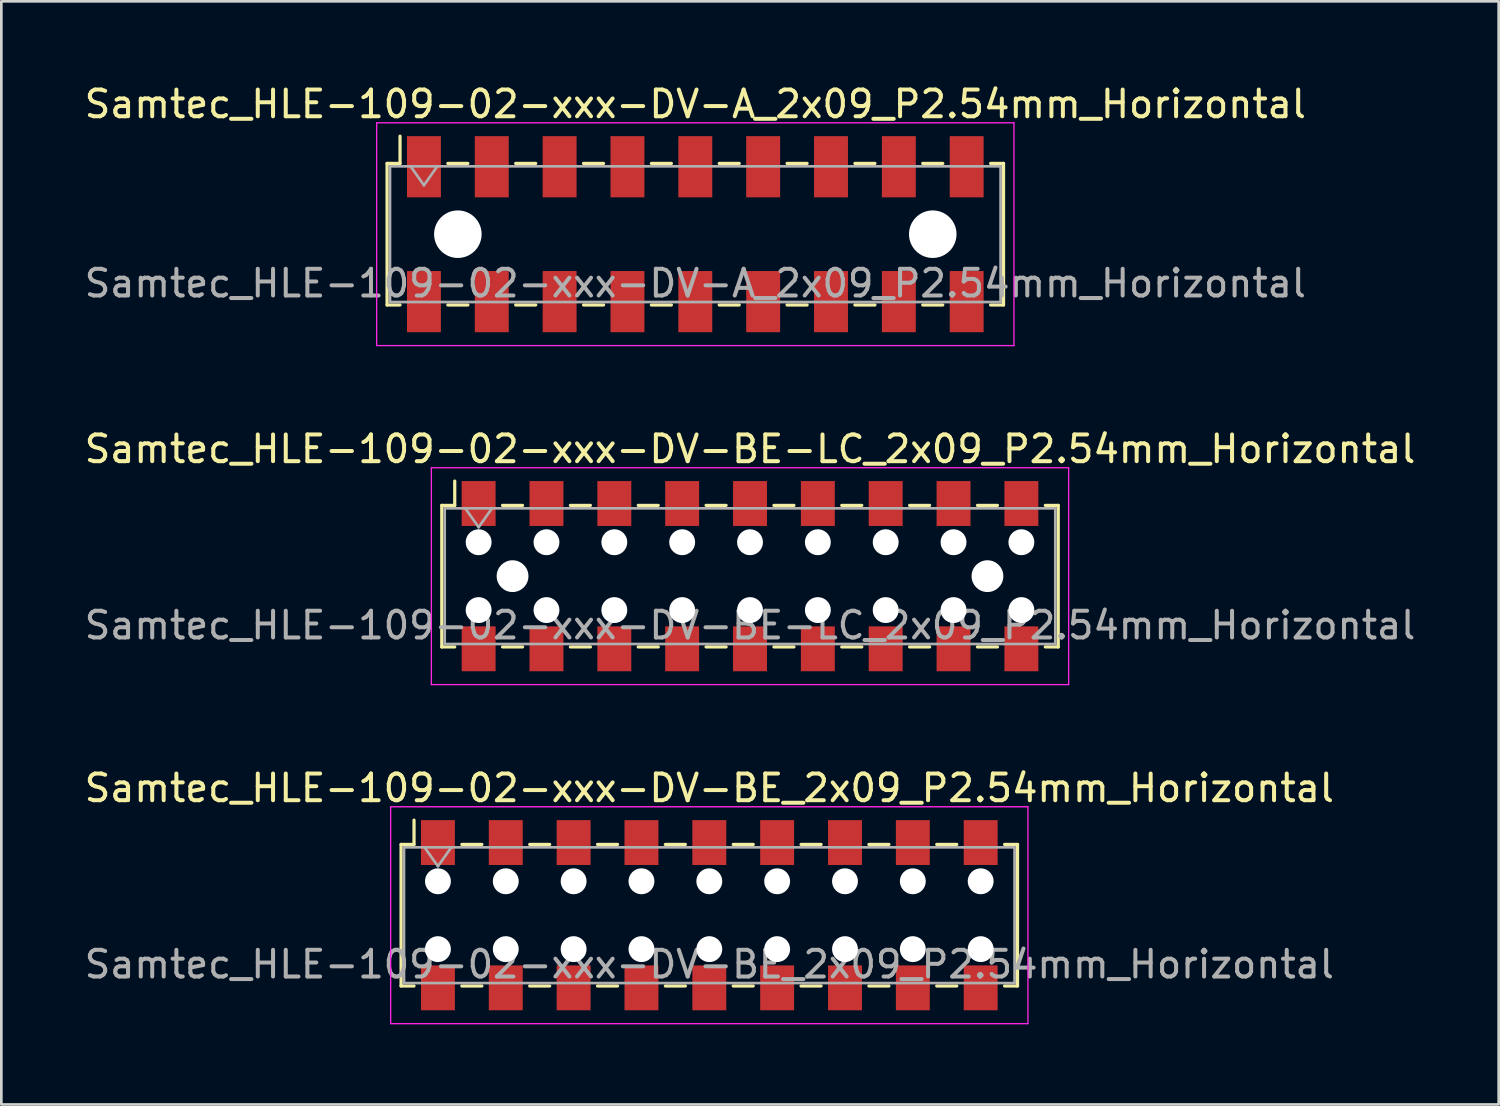
<source format=kicad_pcb>
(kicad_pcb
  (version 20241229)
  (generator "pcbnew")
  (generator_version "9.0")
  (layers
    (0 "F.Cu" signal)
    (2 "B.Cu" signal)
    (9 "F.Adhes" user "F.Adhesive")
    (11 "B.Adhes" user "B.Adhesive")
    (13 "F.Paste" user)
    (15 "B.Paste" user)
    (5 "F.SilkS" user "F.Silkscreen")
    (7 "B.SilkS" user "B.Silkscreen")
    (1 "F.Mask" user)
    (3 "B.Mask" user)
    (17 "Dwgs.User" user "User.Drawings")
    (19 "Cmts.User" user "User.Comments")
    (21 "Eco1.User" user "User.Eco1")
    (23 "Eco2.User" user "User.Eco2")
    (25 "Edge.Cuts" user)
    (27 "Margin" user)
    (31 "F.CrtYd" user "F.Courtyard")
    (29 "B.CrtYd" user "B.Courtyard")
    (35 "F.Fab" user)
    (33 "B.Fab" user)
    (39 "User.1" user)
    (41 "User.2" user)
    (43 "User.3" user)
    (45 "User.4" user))
  (footprint "Samtec_HLE-109-02-xxx-DV-BE_2x09_P2.54mm_Horizontal"
    (layer "F.Cu")
    (at 23.506 31.215)
    (property "Reference" "Samtec_HLE-109-02-xxx-DV-BE_2x09_P2.54mm_Horizontal" (at 0 -4.76 0) (layer "F.SilkS") (effects (font (size 1 1) (thickness 0.15))))
    (attr smd)
    (fp_line (start -11.54 -2.65) (end -11.54 2.65) (stroke (width 0.12) (type solid)) (layer "F.SilkS"))
    (fp_line (start -11.54 2.65) (end -11.055 2.65) (stroke (width 0.12) (type solid)) (layer "F.SilkS"))
    (fp_line (start -11.055 -3.56) (end -11.055 -2.65) (stroke (width 0.12) (type solid)) (layer "F.SilkS"))
    (fp_line (start -11.055 -2.65) (end -11.54 -2.65) (stroke (width 0.12) (type solid)) (layer "F.SilkS"))
    (fp_line (start -9.265 -2.65) (end -8.515 -2.65) (stroke (width 0.12) (type solid)) (layer "F.SilkS"))
    (fp_line (start -9.265 2.65) (end -8.515 2.65) (stroke (width 0.12) (type solid)) (layer "F.SilkS"))
    (fp_line (start -6.725 -2.65) (end -5.975 -2.65) (stroke (width 0.12) (type solid)) (layer "F.SilkS"))
    (fp_line (start -6.725 2.65) (end -5.975 2.65) (stroke (width 0.12) (type solid)) (layer "F.SilkS"))
    (fp_line (start -4.185 -2.65) (end -3.435 -2.65) (stroke (width 0.12) (type solid)) (layer "F.SilkS"))
    (fp_line (start -4.185 2.65) (end -3.435 2.65) (stroke (width 0.12) (type solid)) (layer "F.SilkS"))
    (fp_line (start -1.645 -2.65) (end -0.895 -2.65) (stroke (width 0.12) (type solid)) (layer "F.SilkS"))
    (fp_line (start -1.645 2.65) (end -0.895 2.65) (stroke (width 0.12) (type solid)) (layer "F.SilkS"))
    (fp_line (start 0.895 -2.65) (end 1.645 -2.65) (stroke (width 0.12) (type solid)) (layer "F.SilkS"))
    (fp_line (start 0.895 2.65) (end 1.645 2.65) (stroke (width 0.12) (type solid)) (layer "F.SilkS"))
    (fp_line (start 3.435 -2.65) (end 4.185 -2.65) (stroke (width 0.12) (type solid)) (layer "F.SilkS"))
    (fp_line (start 3.435 2.65) (end 4.185 2.65) (stroke (width 0.12) (type solid)) (layer "F.SilkS"))
    (fp_line (start 5.975 -2.65) (end 6.725 -2.65) (stroke (width 0.12) (type solid)) (layer "F.SilkS"))
    (fp_line (start 5.975 2.65) (end 6.725 2.65) (stroke (width 0.12) (type solid)) (layer "F.SilkS"))
    (fp_line (start 8.515 -2.65) (end 9.265 -2.65) (stroke (width 0.12) (type solid)) (layer "F.SilkS"))
    (fp_line (start 8.515 2.65) (end 9.265 2.65) (stroke (width 0.12) (type solid)) (layer "F.SilkS"))
    (fp_line (start 11.055 -2.65) (end 11.54 -2.65) (stroke (width 0.12) (type solid)) (layer "F.SilkS"))
    (fp_line (start 11.54 -2.65) (end 11.54 2.65) (stroke (width 0.12) (type solid)) (layer "F.SilkS"))
    (fp_line (start 11.54 2.65) (end 11.055 2.65) (stroke (width 0.12) (type solid)) (layer "F.SilkS"))
    (fp_line (start -11.93 -4.06) (end 11.93 -4.06) (stroke (width 0.05) (type solid)) (layer "F.CrtYd"))
    (fp_line (start -11.93 4.06) (end -11.93 -4.06) (stroke (width 0.05) (type solid)) (layer "F.CrtYd"))
    (fp_line (start 11.93 -4.06) (end 11.93 4.06) (stroke (width 0.05) (type solid)) (layer "F.CrtYd"))
    (fp_line (start 11.93 4.06) (end -11.93 4.06) (stroke (width 0.05) (type solid)) (layer "F.CrtYd"))
    (fp_line (start -11.43 -2.54) (end 11.43 -2.54) (stroke (width 0.1) (type solid)) (layer "F.Fab"))
    (fp_line (start -11.43 2.54) (end -11.43 -2.54) (stroke (width 0.1) (type solid)) (layer "F.Fab"))
    (fp_line (start -10.66 -2.54) (end -10.16 -1.833) (stroke (width 0.1) (type solid)) (layer "F.Fab"))
    (fp_line (start -10.16 -1.833) (end -9.66 -2.54) (stroke (width 0.1) (type solid)) (layer "F.Fab"))
    (fp_line (start 11.43 -2.54) (end 11.43 2.54) (stroke (width 0.1) (type solid)) (layer "F.Fab"))
    (fp_line (start 11.43 2.54) (end -11.43 2.54) (stroke (width 0.1) (type solid)) (layer "F.Fab"))
    (fp_text user "${REFERENCE}" (at 0 1.84 0) (layer "F.Fab") (effects (font (size 1 1) (thickness 0.15))))
    (pad "" np_thru_hole circle (at -10.16 -1.27) (size 0.97 0.97) (drill 0.97) (layers "*.Cu" "*.Mask"))
    (pad "" np_thru_hole circle (at -10.16 1.27) (size 0.97 0.97) (drill 0.97) (layers "*.Cu" "*.Mask"))
    (pad "" np_thru_hole circle (at -7.62 -1.27) (size 0.97 0.97) (drill 0.97) (layers "*.Cu" "*.Mask"))
    (pad "" np_thru_hole circle (at -7.62 1.27) (size 0.97 0.97) (drill 0.97) (layers "*.Cu" "*.Mask"))
    (pad "" np_thru_hole circle (at -5.08 -1.27) (size 0.97 0.97) (drill 0.97) (layers "*.Cu" "*.Mask"))
    (pad "" np_thru_hole circle (at -5.08 1.27) (size 0.97 0.97) (drill 0.97) (layers "*.Cu" "*.Mask"))
    (pad "" np_thru_hole circle (at -2.54 -1.27) (size 0.97 0.97) (drill 0.97) (layers "*.Cu" "*.Mask"))
    (pad "" np_thru_hole circle (at -2.54 1.27) (size 0.97 0.97) (drill 0.97) (layers "*.Cu" "*.Mask"))
    (pad "" np_thru_hole circle (at 0 -1.27) (size 0.97 0.97) (drill 0.97) (layers "*.Cu" "*.Mask"))
    (pad "" np_thru_hole circle (at 0 1.27) (size 0.97 0.97) (drill 0.97) (layers "*.Cu" "*.Mask"))
    (pad "" np_thru_hole circle (at 2.54 -1.27) (size 0.97 0.97) (drill 0.97) (layers "*.Cu" "*.Mask"))
    (pad "" np_thru_hole circle (at 2.54 1.27) (size 0.97 0.97) (drill 0.97) (layers "*.Cu" "*.Mask"))
    (pad "" np_thru_hole circle (at 5.08 -1.27) (size 0.97 0.97) (drill 0.97) (layers "*.Cu" "*.Mask"))
    (pad "" np_thru_hole circle (at 5.08 1.27) (size 0.97 0.97) (drill 0.97) (layers "*.Cu" "*.Mask"))
    (pad "" np_thru_hole circle (at 7.62 -1.27) (size 0.97 0.97) (drill 0.97) (layers "*.Cu" "*.Mask"))
    (pad "" np_thru_hole circle (at 7.62 1.27) (size 0.97 0.97) (drill 0.97) (layers "*.Cu" "*.Mask"))
    (pad "" np_thru_hole circle (at 10.16 -1.27) (size 0.97 0.97) (drill 0.97) (layers "*.Cu" "*.Mask"))
    (pad "" np_thru_hole circle (at 10.16 1.27) (size 0.97 0.97) (drill 0.97) (layers "*.Cu" "*.Mask"))
    (pad "1" smd rect (at -10.16 -2.72) (size 1.27 1.68) (layers "F.Cu" "F.Mask" "F.Paste"))
    (pad "2" smd rect (at -10.16 2.72) (size 1.27 1.68) (layers "F.Cu" "F.Mask" "F.Paste"))
    (pad "3" smd rect (at -7.62 -2.72) (size 1.27 1.68) (layers "F.Cu" "F.Mask" "F.Paste"))
    (pad "4" smd rect (at -7.62 2.72) (size 1.27 1.68) (layers "F.Cu" "F.Mask" "F.Paste"))
    (pad "5" smd rect (at -5.08 -2.72) (size 1.27 1.68) (layers "F.Cu" "F.Mask" "F.Paste"))
    (pad "6" smd rect (at -5.08 2.72) (size 1.27 1.68) (layers "F.Cu" "F.Mask" "F.Paste"))
    (pad "7" smd rect (at -2.54 -2.72) (size 1.27 1.68) (layers "F.Cu" "F.Mask" "F.Paste"))
    (pad "8" smd rect (at -2.54 2.72) (size 1.27 1.68) (layers "F.Cu" "F.Mask" "F.Paste"))
    (pad "9" smd rect (at 0 -2.72) (size 1.27 1.68) (layers "F.Cu" "F.Mask" "F.Paste"))
    (pad "10" smd rect (at 0 2.72) (size 1.27 1.68) (layers "F.Cu" "F.Mask" "F.Paste"))
    (pad "11" smd rect (at 2.54 -2.72) (size 1.27 1.68) (layers "F.Cu" "F.Mask" "F.Paste"))
    (pad "12" smd rect (at 2.54 2.72) (size 1.27 1.68) (layers "F.Cu" "F.Mask" "F.Paste"))
    (pad "13" smd rect (at 5.08 -2.72) (size 1.27 1.68) (layers "F.Cu" "F.Mask" "F.Paste"))
    (pad "14" smd rect (at 5.08 2.72) (size 1.27 1.68) (layers "F.Cu" "F.Mask" "F.Paste"))
    (pad "15" smd rect (at 7.62 -2.72) (size 1.27 1.68) (layers "F.Cu" "F.Mask" "F.Paste"))
    (pad "16" smd rect (at 7.62 2.72) (size 1.27 1.68) (layers "F.Cu" "F.Mask" "F.Paste"))
    (pad "17" smd rect (at 10.16 -2.72) (size 1.27 1.68) (layers "F.Cu" "F.Mask" "F.Paste"))
    (pad "18" smd rect (at 10.16 2.72) (size 1.27 1.68) (layers "F.Cu" "F.Mask" "F.Paste")))
  (footprint "Samtec_HLE-109-02-xxx-DV-BE-LC_2x09_P2.54mm_Horizontal"
    (layer "F.Cu")
    (at 25.03 18.521)
    (property "Reference" "Samtec_HLE-109-02-xxx-DV-BE-LC_2x09_P2.54mm_Horizontal" (at 0 -4.76 0) (layer "F.SilkS") (effects (font (size 1 1) (thickness 0.15))))
    (attr smd)
    (fp_line (start -11.54 -2.65) (end -11.54 2.65) (stroke (width 0.12) (type solid)) (layer "F.SilkS"))
    (fp_line (start -11.54 2.65) (end -11.055 2.65) (stroke (width 0.12) (type solid)) (layer "F.SilkS"))
    (fp_line (start -11.055 -3.56) (end -11.055 -2.65) (stroke (width 0.12) (type solid)) (layer "F.SilkS"))
    (fp_line (start -11.055 -2.65) (end -11.54 -2.65) (stroke (width 0.12) (type solid)) (layer "F.SilkS"))
    (fp_line (start -9.265 -2.65) (end -8.515 -2.65) (stroke (width 0.12) (type solid)) (layer "F.SilkS"))
    (fp_line (start -9.265 2.65) (end -8.515 2.65) (stroke (width 0.12) (type solid)) (layer "F.SilkS"))
    (fp_line (start -6.725 -2.65) (end -5.975 -2.65) (stroke (width 0.12) (type solid)) (layer "F.SilkS"))
    (fp_line (start -6.725 2.65) (end -5.975 2.65) (stroke (width 0.12) (type solid)) (layer "F.SilkS"))
    (fp_line (start -4.185 -2.65) (end -3.435 -2.65) (stroke (width 0.12) (type solid)) (layer "F.SilkS"))
    (fp_line (start -4.185 2.65) (end -3.435 2.65) (stroke (width 0.12) (type solid)) (layer "F.SilkS"))
    (fp_line (start -1.645 -2.65) (end -0.895 -2.65) (stroke (width 0.12) (type solid)) (layer "F.SilkS"))
    (fp_line (start -1.645 2.65) (end -0.895 2.65) (stroke (width 0.12) (type solid)) (layer "F.SilkS"))
    (fp_line (start 0.895 -2.65) (end 1.645 -2.65) (stroke (width 0.12) (type solid)) (layer "F.SilkS"))
    (fp_line (start 0.895 2.65) (end 1.645 2.65) (stroke (width 0.12) (type solid)) (layer "F.SilkS"))
    (fp_line (start 3.435 -2.65) (end 4.185 -2.65) (stroke (width 0.12) (type solid)) (layer "F.SilkS"))
    (fp_line (start 3.435 2.65) (end 4.185 2.65) (stroke (width 0.12) (type solid)) (layer "F.SilkS"))
    (fp_line (start 5.975 -2.65) (end 6.725 -2.65) (stroke (width 0.12) (type solid)) (layer "F.SilkS"))
    (fp_line (start 5.975 2.65) (end 6.725 2.65) (stroke (width 0.12) (type solid)) (layer "F.SilkS"))
    (fp_line (start 8.515 -2.65) (end 9.265 -2.65) (stroke (width 0.12) (type solid)) (layer "F.SilkS"))
    (fp_line (start 8.515 2.65) (end 9.265 2.65) (stroke (width 0.12) (type solid)) (layer "F.SilkS"))
    (fp_line (start 11.055 -2.65) (end 11.54 -2.65) (stroke (width 0.12) (type solid)) (layer "F.SilkS"))
    (fp_line (start 11.54 -2.65) (end 11.54 2.65) (stroke (width 0.12) (type solid)) (layer "F.SilkS"))
    (fp_line (start 11.54 2.65) (end 11.055 2.65) (stroke (width 0.12) (type solid)) (layer "F.SilkS"))
    (fp_line (start -11.93 -4.06) (end 11.93 -4.06) (stroke (width 0.05) (type solid)) (layer "F.CrtYd"))
    (fp_line (start -11.93 4.06) (end -11.93 -4.06) (stroke (width 0.05) (type solid)) (layer "F.CrtYd"))
    (fp_line (start 11.93 -4.06) (end 11.93 4.06) (stroke (width 0.05) (type solid)) (layer "F.CrtYd"))
    (fp_line (start 11.93 4.06) (end -11.93 4.06) (stroke (width 0.05) (type solid)) (layer "F.CrtYd"))
    (fp_line (start -11.43 -2.54) (end 11.43 -2.54) (stroke (width 0.1) (type solid)) (layer "F.Fab"))
    (fp_line (start -11.43 2.54) (end -11.43 -2.54) (stroke (width 0.1) (type solid)) (layer "F.Fab"))
    (fp_line (start -10.66 -2.54) (end -10.16 -1.833) (stroke (width 0.1) (type solid)) (layer "F.Fab"))
    (fp_line (start -10.16 -1.833) (end -9.66 -2.54) (stroke (width 0.1) (type solid)) (layer "F.Fab"))
    (fp_line (start 11.43 -2.54) (end 11.43 2.54) (stroke (width 0.1) (type solid)) (layer "F.Fab"))
    (fp_line (start 11.43 2.54) (end -11.43 2.54) (stroke (width 0.1) (type solid)) (layer "F.Fab"))
    (fp_text user "${REFERENCE}" (at 0 1.84 0) (layer "F.Fab") (effects (font (size 1 1) (thickness 0.15))))
    (pad "" np_thru_hole circle (at -10.16 -1.27) (size 0.97 0.97) (drill 0.97) (layers "*.Cu" "*.Mask"))
    (pad "" np_thru_hole circle (at -10.16 1.27) (size 0.97 0.97) (drill 0.97) (layers "*.Cu" "*.Mask"))
    (pad "" np_thru_hole circle (at -8.89 0) (size 1.19 1.19) (drill 1.19) (layers "*.Cu" "*.Mask"))
    (pad "" np_thru_hole circle (at -7.62 -1.27) (size 0.97 0.97) (drill 0.97) (layers "*.Cu" "*.Mask"))
    (pad "" np_thru_hole circle (at -7.62 1.27) (size 0.97 0.97) (drill 0.97) (layers "*.Cu" "*.Mask"))
    (pad "" np_thru_hole circle (at -5.08 -1.27) (size 0.97 0.97) (drill 0.97) (layers "*.Cu" "*.Mask"))
    (pad "" np_thru_hole circle (at -5.08 1.27) (size 0.97 0.97) (drill 0.97) (layers "*.Cu" "*.Mask"))
    (pad "" np_thru_hole circle (at -2.54 -1.27) (size 0.97 0.97) (drill 0.97) (layers "*.Cu" "*.Mask"))
    (pad "" np_thru_hole circle (at -2.54 1.27) (size 0.97 0.97) (drill 0.97) (layers "*.Cu" "*.Mask"))
    (pad "" np_thru_hole circle (at 0 -1.27) (size 0.97 0.97) (drill 0.97) (layers "*.Cu" "*.Mask"))
    (pad "" np_thru_hole circle (at 0 1.27) (size 0.97 0.97) (drill 0.97) (layers "*.Cu" "*.Mask"))
    (pad "" np_thru_hole circle (at 2.54 -1.27) (size 0.97 0.97) (drill 0.97) (layers "*.Cu" "*.Mask"))
    (pad "" np_thru_hole circle (at 2.54 1.27) (size 0.97 0.97) (drill 0.97) (layers "*.Cu" "*.Mask"))
    (pad "" np_thru_hole circle (at 5.08 -1.27) (size 0.97 0.97) (drill 0.97) (layers "*.Cu" "*.Mask"))
    (pad "" np_thru_hole circle (at 5.08 1.27) (size 0.97 0.97) (drill 0.97) (layers "*.Cu" "*.Mask"))
    (pad "" np_thru_hole circle (at 7.62 -1.27) (size 0.97 0.97) (drill 0.97) (layers "*.Cu" "*.Mask"))
    (pad "" np_thru_hole circle (at 7.62 1.27) (size 0.97 0.97) (drill 0.97) (layers "*.Cu" "*.Mask"))
    (pad "" np_thru_hole circle (at 8.89 0) (size 1.19 1.19) (drill 1.19) (layers "*.Cu" "*.Mask"))
    (pad "" np_thru_hole circle (at 10.16 -1.27) (size 0.97 0.97) (drill 0.97) (layers "*.Cu" "*.Mask"))
    (pad "" np_thru_hole circle (at 10.16 1.27) (size 0.97 0.97) (drill 0.97) (layers "*.Cu" "*.Mask"))
    (pad "1" smd rect (at -10.16 -2.72) (size 1.27 1.68) (layers "F.Cu" "F.Mask" "F.Paste"))
    (pad "2" smd rect (at -10.16 2.72) (size 1.27 1.68) (layers "F.Cu" "F.Mask" "F.Paste"))
    (pad "3" smd rect (at -7.62 -2.72) (size 1.27 1.68) (layers "F.Cu" "F.Mask" "F.Paste"))
    (pad "4" smd rect (at -7.62 2.72) (size 1.27 1.68) (layers "F.Cu" "F.Mask" "F.Paste"))
    (pad "5" smd rect (at -5.08 -2.72) (size 1.27 1.68) (layers "F.Cu" "F.Mask" "F.Paste"))
    (pad "6" smd rect (at -5.08 2.72) (size 1.27 1.68) (layers "F.Cu" "F.Mask" "F.Paste"))
    (pad "7" smd rect (at -2.54 -2.72) (size 1.27 1.68) (layers "F.Cu" "F.Mask" "F.Paste"))
    (pad "8" smd rect (at -2.54 2.72) (size 1.27 1.68) (layers "F.Cu" "F.Mask" "F.Paste"))
    (pad "9" smd rect (at 0 -2.72) (size 1.27 1.68) (layers "F.Cu" "F.Mask" "F.Paste"))
    (pad "10" smd rect (at 0 2.72) (size 1.27 1.68) (layers "F.Cu" "F.Mask" "F.Paste"))
    (pad "11" smd rect (at 2.54 -2.72) (size 1.27 1.68) (layers "F.Cu" "F.Mask" "F.Paste"))
    (pad "12" smd rect (at 2.54 2.72) (size 1.27 1.68) (layers "F.Cu" "F.Mask" "F.Paste"))
    (pad "13" smd rect (at 5.08 -2.72) (size 1.27 1.68) (layers "F.Cu" "F.Mask" "F.Paste"))
    (pad "14" smd rect (at 5.08 2.72) (size 1.27 1.68) (layers "F.Cu" "F.Mask" "F.Paste"))
    (pad "15" smd rect (at 7.62 -2.72) (size 1.27 1.68) (layers "F.Cu" "F.Mask" "F.Paste"))
    (pad "16" smd rect (at 7.62 2.72) (size 1.27 1.68) (layers "F.Cu" "F.Mask" "F.Paste"))
    (pad "17" smd rect (at 10.16 -2.72) (size 1.27 1.68) (layers "F.Cu" "F.Mask" "F.Paste"))
    (pad "18" smd rect (at 10.16 2.72) (size 1.27 1.68) (layers "F.Cu" "F.Mask" "F.Paste")))
  (footprint "Samtec_HLE-109-02-xxx-DV-A_2x09_P2.54mm_Horizontal"
    (layer "F.Cu")
    (at 22.982 5.718)
    (property "Reference" "Samtec_HLE-109-02-xxx-DV-A_2x09_P2.54mm_Horizontal" (at 0 -4.87 0) (layer "F.SilkS") (effects (font (size 1 1) (thickness 0.15))))
    (attr smd)
    (fp_line (start -11.54 -2.65) (end -11.54 2.65) (stroke (width 0.12) (type solid)) (layer "F.SilkS"))
    (fp_line (start -11.54 2.65) (end -11.055 2.65) (stroke (width 0.12) (type solid)) (layer "F.SilkS"))
    (fp_line (start -11.055 -3.67) (end -11.055 -2.65) (stroke (width 0.12) (type solid)) (layer "F.SilkS"))
    (fp_line (start -11.055 -2.65) (end -11.54 -2.65) (stroke (width 0.12) (type solid)) (layer "F.SilkS"))
    (fp_line (start -9.265 -2.65) (end -8.515 -2.65) (stroke (width 0.12) (type solid)) (layer "F.SilkS"))
    (fp_line (start -9.265 2.65) (end -8.515 2.65) (stroke (width 0.12) (type solid)) (layer "F.SilkS"))
    (fp_line (start -6.725 -2.65) (end -5.975 -2.65) (stroke (width 0.12) (type solid)) (layer "F.SilkS"))
    (fp_line (start -6.725 2.65) (end -5.975 2.65) (stroke (width 0.12) (type solid)) (layer "F.SilkS"))
    (fp_line (start -4.185 -2.65) (end -3.435 -2.65) (stroke (width 0.12) (type solid)) (layer "F.SilkS"))
    (fp_line (start -4.185 2.65) (end -3.435 2.65) (stroke (width 0.12) (type solid)) (layer "F.SilkS"))
    (fp_line (start -1.645 -2.65) (end -0.895 -2.65) (stroke (width 0.12) (type solid)) (layer "F.SilkS"))
    (fp_line (start -1.645 2.65) (end -0.895 2.65) (stroke (width 0.12) (type solid)) (layer "F.SilkS"))
    (fp_line (start 0.895 -2.65) (end 1.645 -2.65) (stroke (width 0.12) (type solid)) (layer "F.SilkS"))
    (fp_line (start 0.895 2.65) (end 1.645 2.65) (stroke (width 0.12) (type solid)) (layer "F.SilkS"))
    (fp_line (start 3.435 -2.65) (end 4.185 -2.65) (stroke (width 0.12) (type solid)) (layer "F.SilkS"))
    (fp_line (start 3.435 2.65) (end 4.185 2.65) (stroke (width 0.12) (type solid)) (layer "F.SilkS"))
    (fp_line (start 5.975 -2.65) (end 6.725 -2.65) (stroke (width 0.12) (type solid)) (layer "F.SilkS"))
    (fp_line (start 5.975 2.65) (end 6.725 2.65) (stroke (width 0.12) (type solid)) (layer "F.SilkS"))
    (fp_line (start 8.515 -2.65) (end 9.265 -2.65) (stroke (width 0.12) (type solid)) (layer "F.SilkS"))
    (fp_line (start 8.515 2.65) (end 9.265 2.65) (stroke (width 0.12) (type solid)) (layer "F.SilkS"))
    (fp_line (start 11.055 -2.65) (end 11.54 -2.65) (stroke (width 0.12) (type solid)) (layer "F.SilkS"))
    (fp_line (start 11.54 -2.65) (end 11.54 2.65) (stroke (width 0.12) (type solid)) (layer "F.SilkS"))
    (fp_line (start 11.54 2.65) (end 11.055 2.65) (stroke (width 0.12) (type solid)) (layer "F.SilkS"))
    (fp_line (start -11.93 -4.17) (end 11.93 -4.17) (stroke (width 0.05) (type solid)) (layer "F.CrtYd"))
    (fp_line (start -11.93 4.17) (end -11.93 -4.17) (stroke (width 0.05) (type solid)) (layer "F.CrtYd"))
    (fp_line (start 11.93 -4.17) (end 11.93 4.17) (stroke (width 0.05) (type solid)) (layer "F.CrtYd"))
    (fp_line (start 11.93 4.17) (end -11.93 4.17) (stroke (width 0.05) (type solid)) (layer "F.CrtYd"))
    (fp_line (start -11.43 -2.54) (end 11.43 -2.54) (stroke (width 0.1) (type solid)) (layer "F.Fab"))
    (fp_line (start -11.43 2.54) (end -11.43 -2.54) (stroke (width 0.1) (type solid)) (layer "F.Fab"))
    (fp_line (start -10.66 -2.54) (end -10.16 -1.833) (stroke (width 0.1) (type solid)) (layer "F.Fab"))
    (fp_line (start -10.16 -1.833) (end -9.66 -2.54) (stroke (width 0.1) (type solid)) (layer "F.Fab"))
    (fp_line (start 11.43 -2.54) (end 11.43 2.54) (stroke (width 0.1) (type solid)) (layer "F.Fab"))
    (fp_line (start 11.43 2.54) (end -11.43 2.54) (stroke (width 0.1) (type solid)) (layer "F.Fab"))
    (fp_text user "${REFERENCE}" (at 0 1.84 0) (layer "F.Fab") (effects (font (size 1 1) (thickness 0.15))))
    (pad "" np_thru_hole circle (at -8.89 0) (size 1.78 1.78) (drill 1.78) (layers "*.Cu" "*.Mask"))
    (pad "" np_thru_hole circle (at 8.89 0) (size 1.78 1.78) (drill 1.78) (layers "*.Cu" "*.Mask"))
    (pad "1" smd rect (at -10.16 -2.525) (size 1.27 2.29) (layers "F.Cu" "F.Mask" "F.Paste"))
    (pad "2" smd rect (at -10.16 2.525) (size 1.27 2.29) (layers "F.Cu" "F.Mask" "F.Paste"))
    (pad "3" smd rect (at -7.62 -2.525) (size 1.27 2.29) (layers "F.Cu" "F.Mask" "F.Paste"))
    (pad "4" smd rect (at -7.62 2.525) (size 1.27 2.29) (layers "F.Cu" "F.Mask" "F.Paste"))
    (pad "5" smd rect (at -5.08 -2.525) (size 1.27 2.29) (layers "F.Cu" "F.Mask" "F.Paste"))
    (pad "6" smd rect (at -5.08 2.525) (size 1.27 2.29) (layers "F.Cu" "F.Mask" "F.Paste"))
    (pad "7" smd rect (at -2.54 -2.525) (size 1.27 2.29) (layers "F.Cu" "F.Mask" "F.Paste"))
    (pad "8" smd rect (at -2.54 2.525) (size 1.27 2.29) (layers "F.Cu" "F.Mask" "F.Paste"))
    (pad "9" smd rect (at 0 -2.525) (size 1.27 2.29) (layers "F.Cu" "F.Mask" "F.Paste"))
    (pad "10" smd rect (at 0 2.525) (size 1.27 2.29) (layers "F.Cu" "F.Mask" "F.Paste"))
    (pad "11" smd rect (at 2.54 -2.525) (size 1.27 2.29) (layers "F.Cu" "F.Mask" "F.Paste"))
    (pad "12" smd rect (at 2.54 2.525) (size 1.27 2.29) (layers "F.Cu" "F.Mask" "F.Paste"))
    (pad "13" smd rect (at 5.08 -2.525) (size 1.27 2.29) (layers "F.Cu" "F.Mask" "F.Paste"))
    (pad "14" smd rect (at 5.08 2.525) (size 1.27 2.29) (layers "F.Cu" "F.Mask" "F.Paste"))
    (pad "15" smd rect (at 7.62 -2.525) (size 1.27 2.29) (layers "F.Cu" "F.Mask" "F.Paste"))
    (pad "16" smd rect (at 7.62 2.525) (size 1.27 2.29) (layers "F.Cu" "F.Mask" "F.Paste"))
    (pad "17" smd rect (at 10.16 -2.525) (size 1.27 2.29) (layers "F.Cu" "F.Mask" "F.Paste"))
    (pad "18" smd rect (at 10.16 2.525) (size 1.27 2.29) (layers "F.Cu" "F.Mask" "F.Paste")))
  (gr_rect
    (start -3 -3)
    (end 53.06 38.3)
    (stroke (width 0.1) (type default))
    (fill no)
    (layer "Edge.Cuts")))
</source>
